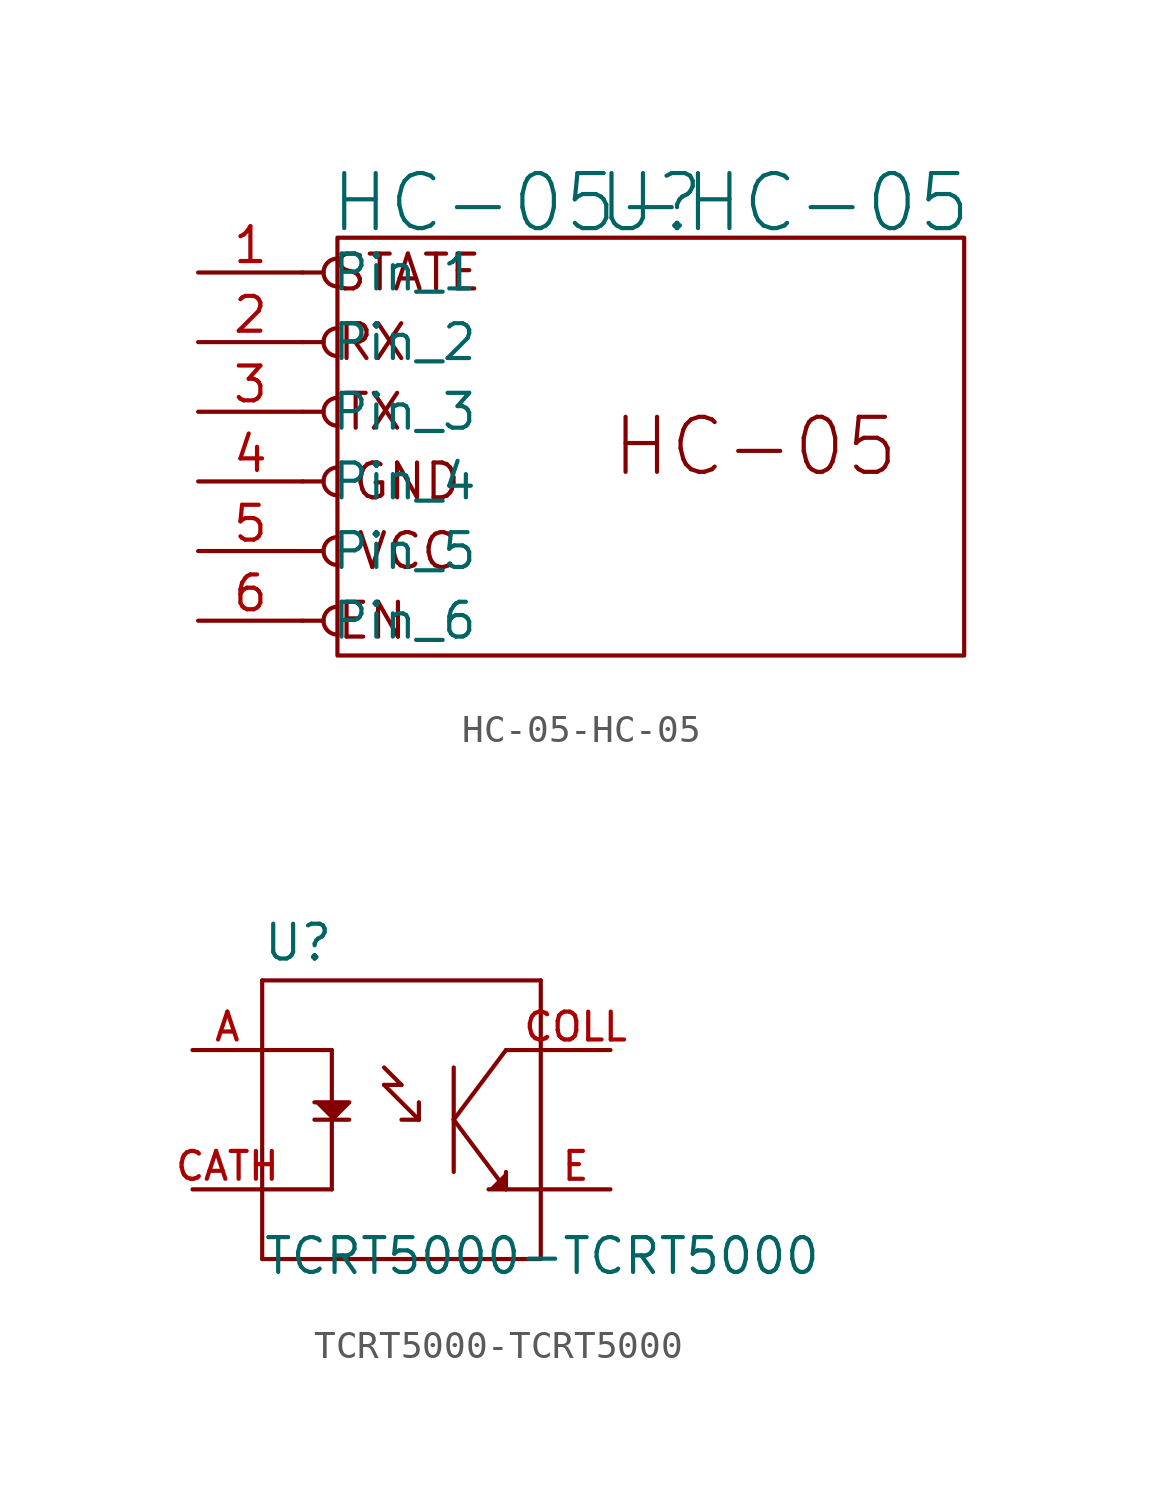
<source format=kicad_sym>
(kicad_symbol_lib
  (version 20220914)
  (generator kicad_symbol_editor)
  (symbol "HC-05-HC-05"
    (pin_names
      (offset 1.016))
    (property "Reference" "U"
      (at 11.43 1.27 0)
      (effects (font (size 2.007 2.007))))
    (property "Value" "HC-05-HC-05"
      (at 11.43 1.27 0)
      (effects (font (size 2.007 2.007))))
    (symbol "HC-05-HC-05_1_0"
      (text "EN" (at 1.27 -13.97 0) (effects (font (size 1.27 1.27))))
      (text "GND" (at 2.54 -8.89 0) (effects (font (size 1.27 1.27))))
      (text "HC-05" (at 15.24 -7.62 0) (effects (font (size 2.007 2.007))))
      (text "RX" (at 1.27 -3.81 0) (effects (font (size 1.27 1.27))))
      (text "STATE" (at 2.54 -1.27 0) (effects (font (size 1.27 1.27))))
      (text "TX" (at 1.27 -6.35 0) (effects (font (size 1.27 1.27))))
      (text "VCC" (at 2.54 -11.43 0) (effects (font (size 1.27 1.27)))))
    (symbol "HC-05-HC-05_1_1"
      (arc (start 0 -13.462) (mid -0.5058 -13.97) (end 0 -14.478) (stroke (width 0.1524) (type solid)) (fill (type none)))
      (arc (start 0 -10.922) (mid -0.5058 -11.43) (end 0 -11.938) (stroke (width 0.1524) (type solid)) (fill (type none)))
      (arc (start 0 -8.382) (mid -0.5058 -8.89) (end 0 -9.398) (stroke (width 0.1524) (type solid)) (fill (type none)))
      (arc (start 0 -5.842) (mid -0.5058 -6.35) (end 0 -6.858) (stroke (width 0.1524) (type solid)) (fill (type none)))
      (arc (start 0 -3.302) (mid -0.5058 -3.81) (end 0 -4.318) (stroke (width 0.1524) (type solid)) (fill (type none)))
      (arc (start 0 -0.762) (mid -0.5058 -1.27) (end 0 -1.778) (stroke (width 0.1524) (type solid)) (fill (type none)))
      (polyline (pts (xy -1.27 -13.97) (xy -0.508 -13.97)) (stroke (width 0.152) (type solid)) (fill (type none)))
      (polyline (pts (xy -1.27 -11.43) (xy -0.508 -11.43)) (stroke (width 0.152) (type solid)) (fill (type none)))
      (polyline (pts (xy -1.27 -8.89) (xy -0.508 -8.89)) (stroke (width 0.152) (type solid)) (fill (type none)))
      (polyline (pts (xy -1.27 -6.35) (xy -0.508 -6.35)) (stroke (width 0.152) (type solid)) (fill (type none)))
      (polyline (pts (xy -1.27 -3.81) (xy -0.508 -3.81)) (stroke (width 0.152) (type solid)) (fill (type none)))
      (polyline (pts (xy -1.27 -1.27) (xy -0.508 -1.27)) (stroke (width 0.152) (type solid)) (fill (type none)))
      (rectangle (start 0 0) (end 22.86 -15.24) (stroke (width 0) (type solid)) (fill (type none)))
      (pin passive line (at -5.08 -1.27 0) (length 3.81) (name "Pin_1" (effects (font (size 1.27 1.27)))) (number "1" (effects (font (size 1.27 1.27)))))
      (pin passive line (at -5.08 -3.81 0) (length 3.81) (name "Pin_2" (effects (font (size 1.27 1.27)))) (number "2" (effects (font (size 1.27 1.27)))))
      (pin passive line (at -5.08 -6.35 0) (length 3.81) (name "Pin_3" (effects (font (size 1.27 1.27)))) (number "3" (effects (font (size 1.27 1.27)))))
      (pin passive line (at -5.08 -8.89 0) (length 3.81) (name "Pin_4" (effects (font (size 1.27 1.27)))) (number "4" (effects (font (size 1.27 1.27)))))
      (pin passive line (at -5.08 -11.43 0) (length 3.81) (name "Pin_5" (effects (font (size 1.27 1.27)))) (number "5" (effects (font (size 1.27 1.27)))))
      (pin passive line (at -5.08 -13.97 0) (length 3.81) (name "Pin_6" (effects (font (size 1.27 1.27)))) (number "6" (effects (font (size 1.27 1.27)))))))
  (symbol "TCRT5000-TCRT5000"
    (pin_names
      (offset 1.016) hide)
    (property "Reference" "U"
      (at -5.08 5.715 0)
      (effects (font (size 1.27 1.27)) (justify left bottom)))
    (property "Value" "TCRT5000-TCRT5000"
      (at -5.08 -5.715 0)
      (effects (font (size 1.27 1.27)) (justify left bottom)))
    (property "ki_locked" ""
      (at 0 0 0)
      (effects (font (size 1.27 1.27))))
    (symbol "TCRT5000-TCRT5000_0_0"
      (polyline (pts (xy -5.08 -5.08) (xy 5.08 -5.08)) (stroke (width 0.152) (type solid)) (fill (type none)))
      (polyline (pts (xy -5.08 -2.54) (xy -5.08 -5.08)) (stroke (width 0.152) (type solid)) (fill (type none)))
      (polyline (pts (xy -5.08 2.54) (xy -5.08 -2.54)) (stroke (width 0.152) (type solid)) (fill (type none)))
      (polyline (pts (xy -5.08 2.54) (xy -2.54 2.54)) (stroke (width 0.152) (type solid)) (fill (type none)))
      (polyline (pts (xy -5.08 5.08) (xy -5.08 2.54)) (stroke (width 0.152) (type solid)) (fill (type none)))
      (polyline (pts (xy -3.175 0) (xy -1.905 0)) (stroke (width 0.152) (type solid)) (fill (type none)))
      (polyline (pts (xy -2.54 -2.54) (xy -5.08 -2.54)) (stroke (width 0.152) (type solid)) (fill (type none)))
      (polyline (pts (xy -2.54 2.54) (xy -2.54 -2.54)) (stroke (width 0.152) (type solid)) (fill (type none)))
      (polyline (pts (xy -0.635 1.27) (xy 0.635 0)) (stroke (width 0.152) (type solid)) (fill (type none)))
      (polyline (pts (xy -0.635 1.905) (xy 0 1.27)) (stroke (width 0.152) (type solid)) (fill (type none)))
      (polyline (pts (xy 0 1.27) (xy -0.635 1.27)) (stroke (width 0.152) (type solid)) (fill (type none)))
      (polyline (pts (xy 0.635 0) (xy 0 0)) (stroke (width 0.152) (type solid)) (fill (type none)))
      (polyline (pts (xy 0.635 0.635) (xy 0.635 0)) (stroke (width 0.152) (type solid)) (fill (type none)))
      (polyline (pts (xy 1.905 0) (xy 1.905 -1.905)) (stroke (width 0.152) (type solid)) (fill (type none)))
      (polyline (pts (xy 1.905 0) (xy 3.81 -2.54)) (stroke (width 0.152) (type solid)) (fill (type none)))
      (polyline (pts (xy 1.905 0) (xy 3.81 2.54)) (stroke (width 0.152) (type solid)) (fill (type none)))
      (polyline (pts (xy 1.905 1.905) (xy 1.905 0)) (stroke (width 0.152) (type solid)) (fill (type none)))
      (polyline (pts (xy 3.81 -2.54) (xy 5.08 -2.54)) (stroke (width 0.152) (type solid)) (fill (type none)))
      (polyline (pts (xy 3.81 2.54) (xy 5.08 2.54)) (stroke (width 0.152) (type solid)) (fill (type none)))
      (polyline (pts (xy 5.08 -5.08) (xy 5.08 -2.54)) (stroke (width 0.152) (type solid)) (fill (type none)))
      (polyline (pts (xy 5.08 -2.54) (xy 5.08 2.54)) (stroke (width 0.152) (type solid)) (fill (type none)))
      (polyline (pts (xy 5.08 2.54) (xy 5.08 5.08)) (stroke (width 0.152) (type solid)) (fill (type none)))
      (polyline (pts (xy 5.08 5.08) (xy -5.08 5.08)) (stroke (width 0.152) (type solid)) (fill (type none)))
      (polyline (pts (xy -3.175 0.635) (xy -1.905 0.635) (xy -2.54 0)) (stroke (width 0.152) (type solid)) (fill (type outline)))
      (polyline (pts (xy 3.175 -2.54) (xy 3.81 -2.54) (xy 3.81 -1.905)) (stroke (width 0.152) (type solid)) (fill (type outline)))
      (pin passive line (at -7.62 2.54 0) (length 2.54) (name "A" (effects (font (size 1.016 1.016)))) (number "A" (effects (font (size 1.016 1.016)))))
      (pin passive line (at -7.62 -2.54 0) (length 2.54) (name "CATH" (effects (font (size 1.016 1.016)))) (number "CATH" (effects (font (size 1.016 1.016)))))
      (pin passive line (at 7.62 2.54 180) (length 2.54) (name "COLL" (effects (font (size 1.016 1.016)))) (number "COLL" (effects (font (size 1.016 1.016)))))
      (pin passive line (at 7.62 -2.54 180) (length 2.54) (name "E" (effects (font (size 1.016 1.016)))) (number "E" (effects (font (size 1.016 1.016))))))))
</source>
